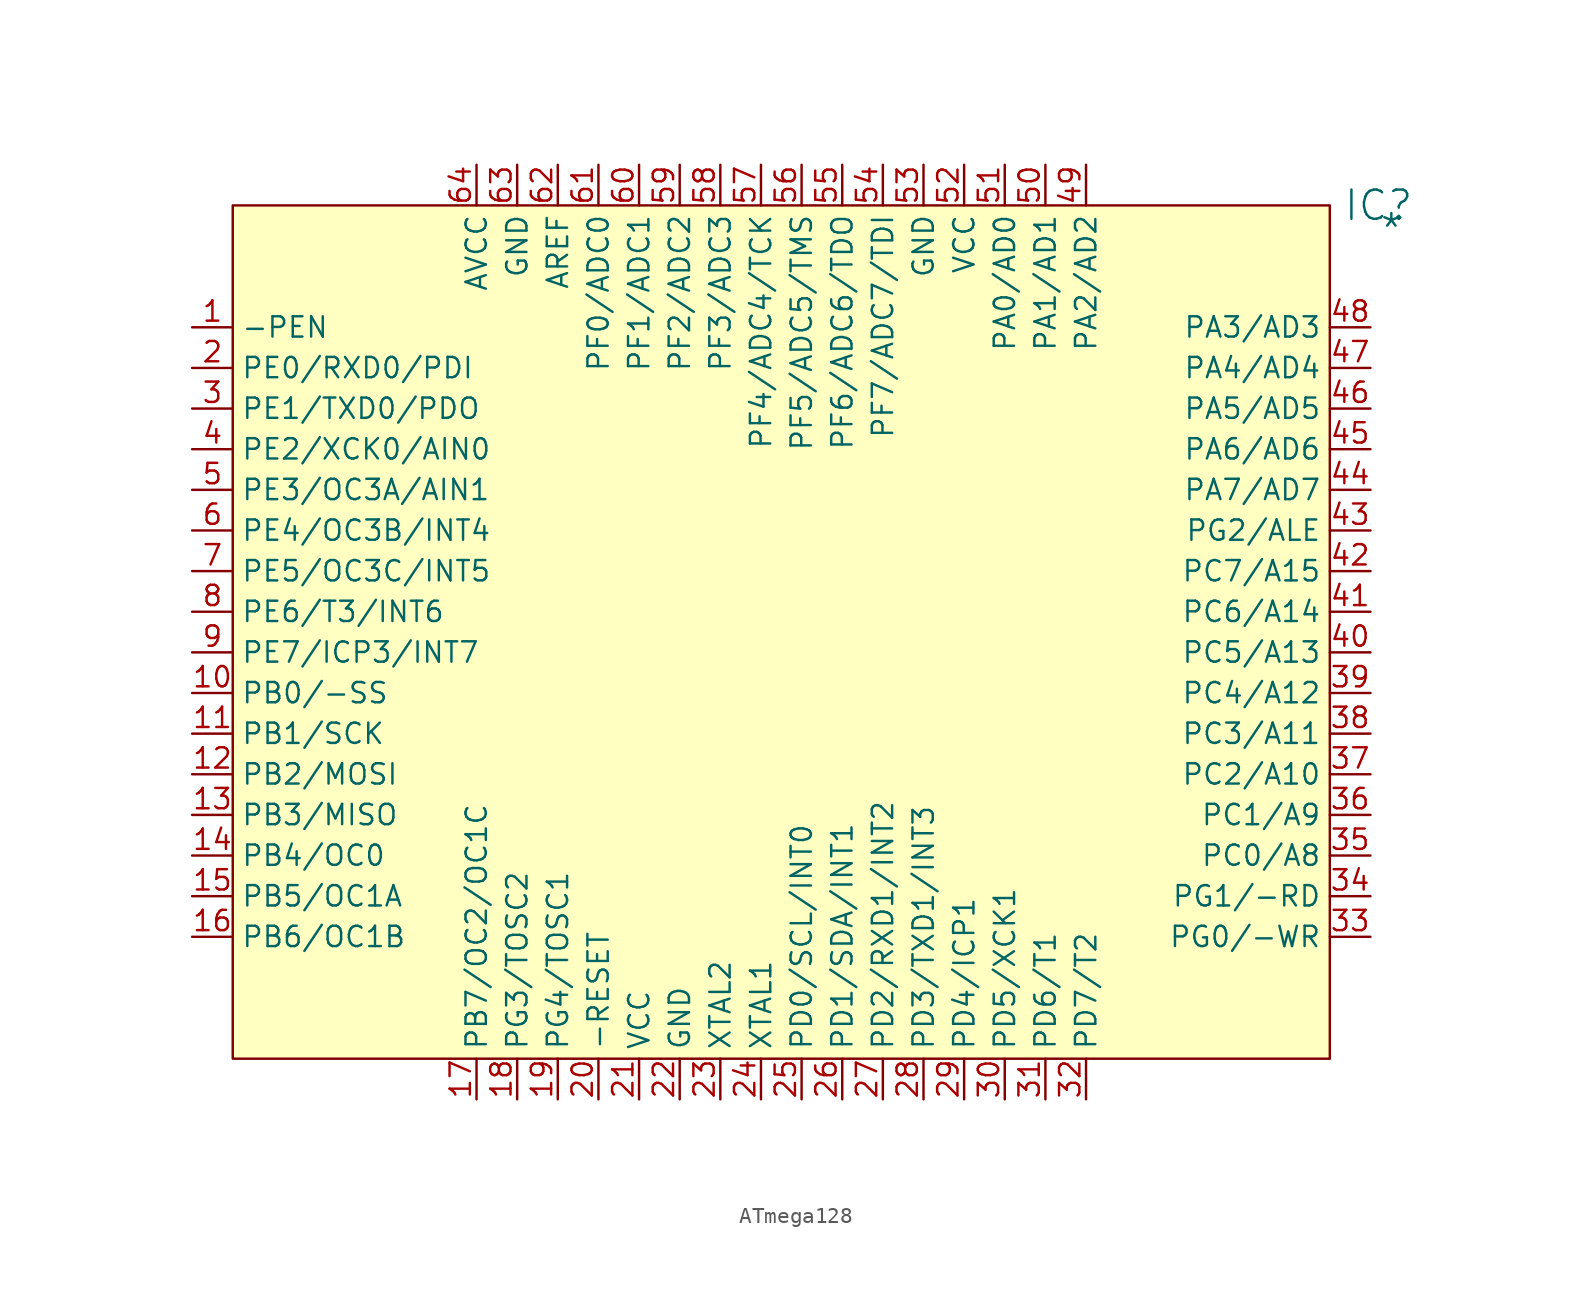
<source format=kicad_sym>
(kicad_symbol_lib
  (version 20241209)
  (generator "kicad_symbol_editor")
  (generator_version "9.0")
  (symbol "ATmega128"
    (property "Reference" "IC"
      (at 71.628 0 0)
      (effects (font (size 1.829 1.829))))
    (property "Value" "*"
      (at 71.628 -2.54 0)
      (effects (font (size 1.829 1.829)) (justify left bottom)))
    (symbol "ATmega128_1_0"
      (rectangle (start 68.58 0) (end 0 -53.34) (stroke (width 0) (type solid) (color 128 0 0 1)) (fill (type background)))
      (pin passive line (at -2.54 -7.62 0) (length 2.54) (name "-PEN" (effects (font (size 1.27 1.27)))) (number "1" (effects (font (size 1.27 1.27)))))
      (pin passive line (at -2.54 -10.16 0) (length 2.54) (name "PE0/RXD0/PDI" (effects (font (size 1.27 1.27)))) (number "2" (effects (font (size 1.27 1.27)))))
      (pin passive line (at -2.54 -12.7 0) (length 2.54) (name "PE1/TXD0/PDO" (effects (font (size 1.27 1.27)))) (number "3" (effects (font (size 1.27 1.27)))))
      (pin passive line (at -2.54 -15.24 0) (length 2.54) (name "PE2/XCK0/AIN0" (effects (font (size 1.27 1.27)))) (number "4" (effects (font (size 1.27 1.27)))))
      (pin passive line (at -2.54 -17.78 0) (length 2.54) (name "PE3/OC3A/AIN1" (effects (font (size 1.27 1.27)))) (number "5" (effects (font (size 1.27 1.27)))))
      (pin passive line (at -2.54 -20.32 0) (length 2.54) (name "PE4/OC3B/INT4" (effects (font (size 1.27 1.27)))) (number "6" (effects (font (size 1.27 1.27)))))
      (pin passive line (at -2.54 -22.86 0) (length 2.54) (name "PE5/OC3C/INT5" (effects (font (size 1.27 1.27)))) (number "7" (effects (font (size 1.27 1.27)))))
      (pin passive line (at -2.54 -25.4 0) (length 2.54) (name "PE6/T3/INT6" (effects (font (size 1.27 1.27)))) (number "8" (effects (font (size 1.27 1.27)))))
      (pin passive line (at -2.54 -27.94 0) (length 2.54) (name "PE7/ICP3/INT7" (effects (font (size 1.27 1.27)))) (number "9" (effects (font (size 1.27 1.27)))))
      (pin passive line (at -2.54 -30.48 0) (length 2.54) (name "PB0/-SS" (effects (font (size 1.27 1.27)))) (number "10" (effects (font (size 1.27 1.27)))))
      (pin passive line (at -2.54 -33.02 0) (length 2.54) (name "PB1/SCK" (effects (font (size 1.27 1.27)))) (number "11" (effects (font (size 1.27 1.27)))))
      (pin passive line (at -2.54 -35.56 0) (length 2.54) (name "PB2/MOSI" (effects (font (size 1.27 1.27)))) (number "12" (effects (font (size 1.27 1.27)))))
      (pin passive line (at -2.54 -38.1 0) (length 2.54) (name "PB3/MISO" (effects (font (size 1.27 1.27)))) (number "13" (effects (font (size 1.27 1.27)))))
      (pin passive line (at -2.54 -40.64 0) (length 2.54) (name "PB4/OC0" (effects (font (size 1.27 1.27)))) (number "14" (effects (font (size 1.27 1.27)))))
      (pin passive line (at -2.54 -43.18 0) (length 2.54) (name "PB5/OC1A" (effects (font (size 1.27 1.27)))) (number "15" (effects (font (size 1.27 1.27)))))
      (pin passive line (at -2.54 -45.72 0) (length 2.54) (name "PB6/OC1B" (effects (font (size 1.27 1.27)))) (number "16" (effects (font (size 1.27 1.27)))))
      (pin passive line (at 15.24 2.54 270) (length 2.54) (name "AVCC" (effects (font (size 1.27 1.27)))) (number "64" (effects (font (size 1.27 1.27)))))
      (pin passive line (at 15.24 -55.88 90) (length 2.54) (name "PB7/OC2/OC1C" (effects (font (size 1.27 1.27)))) (number "17" (effects (font (size 1.27 1.27)))))
      (pin passive line (at 17.78 2.54 270) (length 2.54) (name "GND" (effects (font (size 1.27 1.27)))) (number "63" (effects (font (size 1.27 1.27)))))
      (pin passive line (at 17.78 -55.88 90) (length 2.54) (name "PG3/TOSC2" (effects (font (size 1.27 1.27)))) (number "18" (effects (font (size 1.27 1.27)))))
      (pin passive line (at 20.32 2.54 270) (length 2.54) (name "AREF" (effects (font (size 1.27 1.27)))) (number "62" (effects (font (size 1.27 1.27)))))
      (pin passive line (at 20.32 -55.88 90) (length 2.54) (name "PG4/TOSC1" (effects (font (size 1.27 1.27)))) (number "19" (effects (font (size 1.27 1.27)))))
      (pin passive line (at 22.86 2.54 270) (length 2.54) (name "PF0/ADC0" (effects (font (size 1.27 1.27)))) (number "61" (effects (font (size 1.27 1.27)))))
      (pin passive line (at 22.86 -55.88 90) (length 2.54) (name "-RESET" (effects (font (size 1.27 1.27)))) (number "20" (effects (font (size 1.27 1.27)))))
      (pin passive line (at 25.4 2.54 270) (length 2.54) (name "PF1/ADC1" (effects (font (size 1.27 1.27)))) (number "60" (effects (font (size 1.27 1.27)))))
      (pin passive line (at 25.4 -55.88 90) (length 2.54) (name "VCC" (effects (font (size 1.27 1.27)))) (number "21" (effects (font (size 1.27 1.27)))))
      (pin passive line (at 27.94 2.54 270) (length 2.54) (name "PF2/ADC2" (effects (font (size 1.27 1.27)))) (number "59" (effects (font (size 1.27 1.27)))))
      (pin passive line (at 27.94 -55.88 90) (length 2.54) (name "GND" (effects (font (size 1.27 1.27)))) (number "22" (effects (font (size 1.27 1.27)))))
      (pin passive line (at 30.48 2.54 270) (length 2.54) (name "PF3/ADC3" (effects (font (size 1.27 1.27)))) (number "58" (effects (font (size 1.27 1.27)))))
      (pin passive line (at 30.48 -55.88 90) (length 2.54) (name "XTAL2" (effects (font (size 1.27 1.27)))) (number "23" (effects (font (size 1.27 1.27)))))
      (pin passive line (at 33.02 2.54 270) (length 2.54) (name "PF4/ADC4/TCK" (effects (font (size 1.27 1.27)))) (number "57" (effects (font (size 1.27 1.27)))))
      (pin passive line (at 33.02 -55.88 90) (length 2.54) (name "XTAL1" (effects (font (size 1.27 1.27)))) (number "24" (effects (font (size 1.27 1.27)))))
      (pin passive line (at 35.56 2.54 270) (length 2.54) (name "PF5/ADC5/TMS" (effects (font (size 1.27 1.27)))) (number "56" (effects (font (size 1.27 1.27)))))
      (pin passive line (at 35.56 -55.88 90) (length 2.54) (name "PD0/SCL/INT0" (effects (font (size 1.27 1.27)))) (number "25" (effects (font (size 1.27 1.27)))))
      (pin passive line (at 38.1 2.54 270) (length 2.54) (name "PF6/ADC6/TDO" (effects (font (size 1.27 1.27)))) (number "55" (effects (font (size 1.27 1.27)))))
      (pin passive line (at 38.1 -55.88 90) (length 2.54) (name "PD1/SDA/INT1" (effects (font (size 1.27 1.27)))) (number "26" (effects (font (size 1.27 1.27)))))
      (pin passive line (at 40.64 2.54 270) (length 2.54) (name "PF7/ADC7/TDI" (effects (font (size 1.27 1.27)))) (number "54" (effects (font (size 1.27 1.27)))))
      (pin passive line (at 40.64 -55.88 90) (length 2.54) (name "PD2/RXD1/INT2" (effects (font (size 1.27 1.27)))) (number "27" (effects (font (size 1.27 1.27)))))
      (pin passive line (at 43.18 2.54 270) (length 2.54) (name "GND" (effects (font (size 1.27 1.27)))) (number "53" (effects (font (size 1.27 1.27)))))
      (pin passive line (at 43.18 -55.88 90) (length 2.54) (name "PD3/TXD1/INT3" (effects (font (size 1.27 1.27)))) (number "28" (effects (font (size 1.27 1.27)))))
      (pin passive line (at 45.72 2.54 270) (length 2.54) (name "VCC" (effects (font (size 1.27 1.27)))) (number "52" (effects (font (size 1.27 1.27)))))
      (pin passive line (at 45.72 -55.88 90) (length 2.54) (name "PD4/ICP1" (effects (font (size 1.27 1.27)))) (number "29" (effects (font (size 1.27 1.27)))))
      (pin passive line (at 48.26 2.54 270) (length 2.54) (name "PA0/AD0" (effects (font (size 1.27 1.27)))) (number "51" (effects (font (size 1.27 1.27)))))
      (pin passive line (at 48.26 -55.88 90) (length 2.54) (name "PD5/XCK1" (effects (font (size 1.27 1.27)))) (number "30" (effects (font (size 1.27 1.27)))))
      (pin passive line (at 50.8 2.54 270) (length 2.54) (name "PA1/AD1" (effects (font (size 1.27 1.27)))) (number "50" (effects (font (size 1.27 1.27)))))
      (pin passive line (at 50.8 -55.88 90) (length 2.54) (name "PD6/T1" (effects (font (size 1.27 1.27)))) (number "31" (effects (font (size 1.27 1.27)))))
      (pin passive line (at 53.34 2.54 270) (length 2.54) (name "PA2/AD2" (effects (font (size 1.27 1.27)))) (number "49" (effects (font (size 1.27 1.27)))))
      (pin passive line (at 53.34 -55.88 90) (length 2.54) (name "PD7/T2" (effects (font (size 1.27 1.27)))) (number "32" (effects (font (size 1.27 1.27)))))
      (pin passive line (at 71.12 -7.62 180) (length 2.54) (name "PA3/AD3" (effects (font (size 1.27 1.27)))) (number "48" (effects (font (size 1.27 1.27)))))
      (pin passive line (at 71.12 -10.16 180) (length 2.54) (name "PA4/AD4" (effects (font (size 1.27 1.27)))) (number "47" (effects (font (size 1.27 1.27)))))
      (pin passive line (at 71.12 -12.7 180) (length 2.54) (name "PA5/AD5" (effects (font (size 1.27 1.27)))) (number "46" (effects (font (size 1.27 1.27)))))
      (pin passive line (at 71.12 -15.24 180) (length 2.54) (name "PA6/AD6" (effects (font (size 1.27 1.27)))) (number "45" (effects (font (size 1.27 1.27)))))
      (pin passive line (at 71.12 -17.78 180) (length 2.54) (name "PA7/AD7" (effects (font (size 1.27 1.27)))) (number "44" (effects (font (size 1.27 1.27)))))
      (pin passive line (at 71.12 -20.32 180) (length 2.54) (name "PG2/ALE" (effects (font (size 1.27 1.27)))) (number "43" (effects (font (size 1.27 1.27)))))
      (pin passive line (at 71.12 -22.86 180) (length 2.54) (name "PC7/A15" (effects (font (size 1.27 1.27)))) (number "42" (effects (font (size 1.27 1.27)))))
      (pin passive line (at 71.12 -25.4 180) (length 2.54) (name "PC6/A14" (effects (font (size 1.27 1.27)))) (number "41" (effects (font (size 1.27 1.27)))))
      (pin passive line (at 71.12 -27.94 180) (length 2.54) (name "PC5/A13" (effects (font (size 1.27 1.27)))) (number "40" (effects (font (size 1.27 1.27)))))
      (pin passive line (at 71.12 -30.48 180) (length 2.54) (name "PC4/A12" (effects (font (size 1.27 1.27)))) (number "39" (effects (font (size 1.27 1.27)))))
      (pin passive line (at 71.12 -33.02 180) (length 2.54) (name "PC3/A11" (effects (font (size 1.27 1.27)))) (number "38" (effects (font (size 1.27 1.27)))))
      (pin passive line (at 71.12 -35.56 180) (length 2.54) (name "PC2/A10" (effects (font (size 1.27 1.27)))) (number "37" (effects (font (size 1.27 1.27)))))
      (pin passive line (at 71.12 -38.1 180) (length 2.54) (name "PC1/A9" (effects (font (size 1.27 1.27)))) (number "36" (effects (font (size 1.27 1.27)))))
      (pin passive line (at 71.12 -40.64 180) (length 2.54) (name "PC0/A8" (effects (font (size 1.27 1.27)))) (number "35" (effects (font (size 1.27 1.27)))))
      (pin passive line (at 71.12 -43.18 180) (length 2.54) (name "PG1/-RD" (effects (font (size 1.27 1.27)))) (number "34" (effects (font (size 1.27 1.27)))))
      (pin passive line (at 71.12 -45.72 180) (length 2.54) (name "PG0/-WR" (effects (font (size 1.27 1.27)))) (number "33" (effects (font (size 1.27 1.27))))))))
</source>
